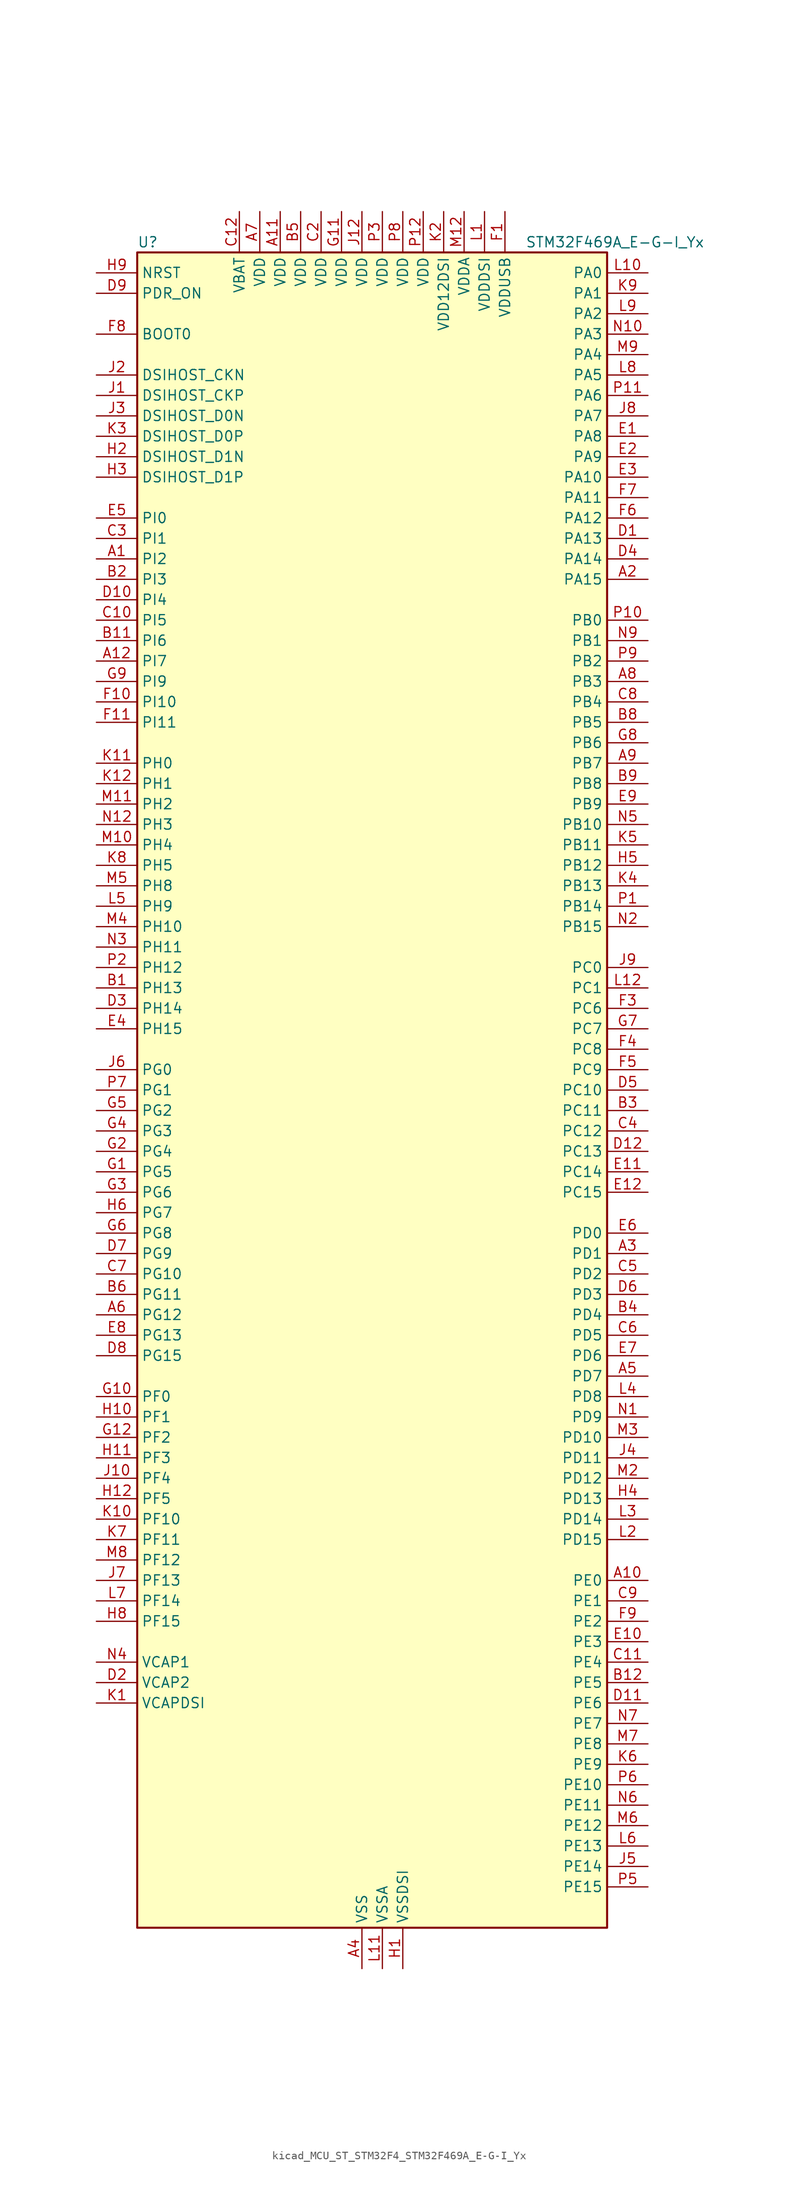
<source format=kicad_sym>
(kicad_symbol_lib
  (version 20220914)
  (generator kicad_symbol_editor)
  (symbol "kicad_MCU_ST_STM32F4_STM32F469A_E-G-I_Yx"
    (property "Reference" "U"
      (at -27.94 105.41 0)
      (effects (font (size 1.27 1.27)) (justify left)))
    (property "Value" "STM32F469A_E-G-I_Yx"
      (at 20.32 105.41 0)
      (effects (font (size 1.27 1.27)) (justify left)))
    (property "ki_locked" ""
      (at 0 0 0)
      (effects (font (size 1.27 1.27))))
    (symbol "kicad_MCU_ST_STM32F4_STM32F469A_E-G-I_Yx_0_1"
      (rectangle (start -27.94 -104.14) (end 30.48 104.14) (stroke (width 0.254) (type default)) (fill (type background))))
    (symbol "kicad_MCU_ST_STM32F4_STM32F469A_E-G-I_Yx_1_1"
      (pin bidirectional line (at -33.02 66.04 0) (length 5.08) (name "PI2" (effects (font (size 1.27 1.27)))) (number "A1" (effects (font (size 1.27 1.27)))) (alternate "DCMI_D9" bidirectional line) (alternate "FMC_D26" bidirectional line) (alternate "I2S2_ext_SD" bidirectional line) (alternate "LTDC_G7" bidirectional line) (alternate "SPI2_MISO" bidirectional line) (alternate "TIM8_CH4" bidirectional line))
      (pin bidirectional line (at 35.56 -60.96 180) (length 5.08) (name "PE0" (effects (font (size 1.27 1.27)))) (number "A10" (effects (font (size 1.27 1.27)))) (alternate "DCMI_D2" bidirectional line) (alternate "FMC_NBL0" bidirectional line) (alternate "TIM4_ETR" bidirectional line) (alternate "UART8_RX" bidirectional line))
      (pin power_in line (at -10.16 109.22 270) (length 5.08) (name "VDD" (effects (font (size 1.27 1.27)))) (number "A11" (effects (font (size 1.27 1.27)))))
      (pin bidirectional line (at -33.02 53.34 0) (length 5.08) (name "PI7" (effects (font (size 1.27 1.27)))) (number "A12" (effects (font (size 1.27 1.27)))) (alternate "DCMI_D7" bidirectional line) (alternate "FMC_D29" bidirectional line) (alternate "LTDC_B7" bidirectional line) (alternate "TIM8_CH3" bidirectional line))
      (pin bidirectional line (at 35.56 63.5 180) (length 5.08) (name "PA15" (effects (font (size 1.27 1.27)))) (number "A2" (effects (font (size 1.27 1.27)))) (alternate "ADC1_EXTI15" bidirectional line) (alternate "ADC2_EXTI15" bidirectional line) (alternate "ADC3_EXTI15" bidirectional line) (alternate "I2S3_WS" bidirectional line) (alternate "SPI1_NSS" bidirectional line) (alternate "SPI3_NSS" bidirectional line) (alternate "SYS_JTDI" bidirectional line) (alternate "TIM2_CH1" bidirectional line) (alternate "TIM2_ETR" bidirectional line))
      (pin bidirectional line (at 35.56 -20.32 180) (length 5.08) (name "PD1" (effects (font (size 1.27 1.27)))) (number "A3" (effects (font (size 1.27 1.27)))) (alternate "CAN1_TX" bidirectional line) (alternate "FMC_D3" bidirectional line) (alternate "FMC_DA3" bidirectional line))
      (pin power_in line (at 0 -109.22 90) (length 5.08) (name "VSS" (effects (font (size 1.27 1.27)))) (number "A4" (effects (font (size 1.27 1.27)))))
      (pin bidirectional line (at 35.56 -35.56 180) (length 5.08) (name "PD7" (effects (font (size 1.27 1.27)))) (number "A5" (effects (font (size 1.27 1.27)))) (alternate "FMC_NE1" bidirectional line) (alternate "USART2_CK" bidirectional line))
      (pin bidirectional line (at -33.02 -27.94 0) (length 5.08) (name "PG12" (effects (font (size 1.27 1.27)))) (number "A6" (effects (font (size 1.27 1.27)))) (alternate "FMC_NE4" bidirectional line) (alternate "LTDC_B1" bidirectional line) (alternate "LTDC_B4" bidirectional line) (alternate "SPI6_MISO" bidirectional line) (alternate "USART6_RTS" bidirectional line))
      (pin power_in line (at -12.7 109.22 270) (length 5.08) (name "VDD" (effects (font (size 1.27 1.27)))) (number "A7" (effects (font (size 1.27 1.27)))))
      (pin bidirectional line (at 35.56 50.8 180) (length 5.08) (name "PB3" (effects (font (size 1.27 1.27)))) (number "A8" (effects (font (size 1.27 1.27)))) (alternate "I2S3_CK" bidirectional line) (alternate "SPI1_SCK" bidirectional line) (alternate "SPI3_SCK" bidirectional line) (alternate "SYS_JTDO-SWO" bidirectional line) (alternate "TIM2_CH2" bidirectional line))
      (pin bidirectional line (at 35.56 40.64 180) (length 5.08) (name "PB7" (effects (font (size 1.27 1.27)))) (number "A9" (effects (font (size 1.27 1.27)))) (alternate "DCMI_VSYNC" bidirectional line) (alternate "FMC_NL" bidirectional line) (alternate "I2C1_SDA" bidirectional line) (alternate "TIM4_CH2" bidirectional line) (alternate "USART1_RX" bidirectional line))
      (pin bidirectional line (at -33.02 12.7 0) (length 5.08) (name "PH13" (effects (font (size 1.27 1.27)))) (number "B1" (effects (font (size 1.27 1.27)))) (alternate "CAN1_TX" bidirectional line) (alternate "FMC_D21" bidirectional line) (alternate "LTDC_G2" bidirectional line) (alternate "TIM8_CH1N" bidirectional line))
      (pin passive line (at 0 -109.22 90) (length 5.08) hide (name "VSS" (effects (font (size 1.27 1.27)))) (number "B10" (effects (font (size 1.27 1.27)))))
      (pin bidirectional line (at -33.02 55.88 0) (length 5.08) (name "PI6" (effects (font (size 1.27 1.27)))) (number "B11" (effects (font (size 1.27 1.27)))) (alternate "DCMI_D6" bidirectional line) (alternate "FMC_D28" bidirectional line) (alternate "LTDC_B6" bidirectional line) (alternate "TIM8_CH2" bidirectional line))
      (pin bidirectional line (at 35.56 -73.66 180) (length 5.08) (name "PE5" (effects (font (size 1.27 1.27)))) (number "B12" (effects (font (size 1.27 1.27)))) (alternate "DCMI_D6" bidirectional line) (alternate "FMC_A21" bidirectional line) (alternate "LTDC_G0" bidirectional line) (alternate "SAI1_SCK_A" bidirectional line) (alternate "SPI4_MISO" bidirectional line) (alternate "SYS_TRACED2" bidirectional line) (alternate "TIM9_CH1" bidirectional line))
      (pin bidirectional line (at -33.02 63.5 0) (length 5.08) (name "PI3" (effects (font (size 1.27 1.27)))) (number "B2" (effects (font (size 1.27 1.27)))) (alternate "DCMI_D10" bidirectional line) (alternate "FMC_D27" bidirectional line) (alternate "I2S2_SD" bidirectional line) (alternate "SPI2_MOSI" bidirectional line) (alternate "TIM8_ETR" bidirectional line))
      (pin bidirectional line (at 35.56 -2.54 180) (length 5.08) (name "PC11" (effects (font (size 1.27 1.27)))) (number "B3" (effects (font (size 1.27 1.27)))) (alternate "ADC1_EXTI11" bidirectional line) (alternate "ADC2_EXTI11" bidirectional line) (alternate "ADC3_EXTI11" bidirectional line) (alternate "DCMI_D4" bidirectional line) (alternate "I2S3_ext_SD" bidirectional line) (alternate "QUADSPI_BK2_NCS" bidirectional line) (alternate "SDIO_D3" bidirectional line) (alternate "SPI3_MISO" bidirectional line) (alternate "UART4_RX" bidirectional line) (alternate "USART3_RX" bidirectional line))
      (pin bidirectional line (at 35.56 -27.94 180) (length 5.08) (name "PD4" (effects (font (size 1.27 1.27)))) (number "B4" (effects (font (size 1.27 1.27)))) (alternate "FMC_NOE" bidirectional line) (alternate "USART2_RTS" bidirectional line))
      (pin power_in line (at -7.62 109.22 270) (length 5.08) (name "VDD" (effects (font (size 1.27 1.27)))) (number "B5" (effects (font (size 1.27 1.27)))))
      (pin bidirectional line (at -33.02 -25.4 0) (length 5.08) (name "PG11" (effects (font (size 1.27 1.27)))) (number "B6" (effects (font (size 1.27 1.27)))) (alternate "ADC1_EXTI11" bidirectional line) (alternate "ADC2_EXTI11" bidirectional line) (alternate "ADC3_EXTI11" bidirectional line) (alternate "DCMI_D3" bidirectional line) (alternate "LTDC_B3" bidirectional line))
      (pin passive line (at 0 -109.22 90) (length 5.08) hide (name "VSS" (effects (font (size 1.27 1.27)))) (number "B7" (effects (font (size 1.27 1.27)))))
      (pin bidirectional line (at 35.56 45.72 180) (length 5.08) (name "PB5" (effects (font (size 1.27 1.27)))) (number "B8" (effects (font (size 1.27 1.27)))) (alternate "CAN2_RX" bidirectional line) (alternate "DCMI_D10" bidirectional line) (alternate "FMC_SDCKE1" bidirectional line) (alternate "I2C1_SMBA" bidirectional line) (alternate "I2S3_SD" bidirectional line) (alternate "LTDC_G7" bidirectional line) (alternate "SPI1_MOSI" bidirectional line) (alternate "SPI3_MOSI" bidirectional line) (alternate "TIM3_CH2" bidirectional line) (alternate "USB_OTG_HS_ULPI_D7" bidirectional line))
      (pin bidirectional line (at 35.56 38.1 180) (length 5.08) (name "PB8" (effects (font (size 1.27 1.27)))) (number "B9" (effects (font (size 1.27 1.27)))) (alternate "CAN1_RX" bidirectional line) (alternate "DCMI_D6" bidirectional line) (alternate "I2C1_SCL" bidirectional line) (alternate "LTDC_B6" bidirectional line) (alternate "SDIO_D4" bidirectional line) (alternate "TIM10_CH1" bidirectional line) (alternate "TIM4_CH3" bidirectional line))
      (pin passive line (at 0 -109.22 90) (length 5.08) hide (name "VSS" (effects (font (size 1.27 1.27)))) (number "C1" (effects (font (size 1.27 1.27)))))
      (pin bidirectional line (at -33.02 58.42 0) (length 5.08) (name "PI5" (effects (font (size 1.27 1.27)))) (number "C10" (effects (font (size 1.27 1.27)))) (alternate "DCMI_VSYNC" bidirectional line) (alternate "FMC_NBL3" bidirectional line) (alternate "LTDC_B5" bidirectional line) (alternate "TIM8_CH1" bidirectional line))
      (pin bidirectional line (at 35.56 -71.12 180) (length 5.08) (name "PE4" (effects (font (size 1.27 1.27)))) (number "C11" (effects (font (size 1.27 1.27)))) (alternate "DCMI_D4" bidirectional line) (alternate "FMC_A20" bidirectional line) (alternate "LTDC_B0" bidirectional line) (alternate "SAI1_FS_A" bidirectional line) (alternate "SPI4_NSS" bidirectional line) (alternate "SYS_TRACED1" bidirectional line))
      (pin power_in line (at -15.24 109.22 270) (length 5.08) (name "VBAT" (effects (font (size 1.27 1.27)))) (number "C12" (effects (font (size 1.27 1.27)))))
      (pin power_in line (at -5.08 109.22 270) (length 5.08) (name "VDD" (effects (font (size 1.27 1.27)))) (number "C2" (effects (font (size 1.27 1.27)))))
      (pin bidirectional line (at -33.02 68.58 0) (length 5.08) (name "PI1" (effects (font (size 1.27 1.27)))) (number "C3" (effects (font (size 1.27 1.27)))) (alternate "DCMI_D8" bidirectional line) (alternate "FMC_D25" bidirectional line) (alternate "I2S2_CK" bidirectional line) (alternate "LTDC_G6" bidirectional line) (alternate "SPI2_SCK" bidirectional line))
      (pin bidirectional line (at 35.56 -5.08 180) (length 5.08) (name "PC12" (effects (font (size 1.27 1.27)))) (number "C4" (effects (font (size 1.27 1.27)))) (alternate "DCMI_D9" bidirectional line) (alternate "I2S3_SD" bidirectional line) (alternate "SDIO_CK" bidirectional line) (alternate "SPI3_MOSI" bidirectional line) (alternate "SYS_TRACED3" bidirectional line) (alternate "UART5_TX" bidirectional line) (alternate "USART3_CK" bidirectional line))
      (pin bidirectional line (at 35.56 -22.86 180) (length 5.08) (name "PD2" (effects (font (size 1.27 1.27)))) (number "C5" (effects (font (size 1.27 1.27)))) (alternate "DCMI_D11" bidirectional line) (alternate "SDIO_CMD" bidirectional line) (alternate "SYS_TRACED2" bidirectional line) (alternate "TIM3_ETR" bidirectional line) (alternate "UART5_RX" bidirectional line))
      (pin bidirectional line (at 35.56 -30.48 180) (length 5.08) (name "PD5" (effects (font (size 1.27 1.27)))) (number "C6" (effects (font (size 1.27 1.27)))) (alternate "FMC_NWE" bidirectional line) (alternate "USART2_TX" bidirectional line))
      (pin bidirectional line (at -33.02 -22.86 0) (length 5.08) (name "PG10" (effects (font (size 1.27 1.27)))) (number "C7" (effects (font (size 1.27 1.27)))) (alternate "DCMI_D2" bidirectional line) (alternate "FMC_NE3" bidirectional line) (alternate "LTDC_B2" bidirectional line) (alternate "LTDC_G3" bidirectional line))
      (pin bidirectional line (at 35.56 48.26 180) (length 5.08) (name "PB4" (effects (font (size 1.27 1.27)))) (number "C8" (effects (font (size 1.27 1.27)))) (alternate "I2S3_ext_SD" bidirectional line) (alternate "SPI1_MISO" bidirectional line) (alternate "SPI3_MISO" bidirectional line) (alternate "SYS_JTRST" bidirectional line) (alternate "TIM3_CH1" bidirectional line))
      (pin bidirectional line (at 35.56 -63.5 180) (length 5.08) (name "PE1" (effects (font (size 1.27 1.27)))) (number "C9" (effects (font (size 1.27 1.27)))) (alternate "DCMI_D3" bidirectional line) (alternate "FMC_NBL1" bidirectional line) (alternate "UART8_TX" bidirectional line))
      (pin bidirectional line (at 35.56 68.58 180) (length 5.08) (name "PA13" (effects (font (size 1.27 1.27)))) (number "D1" (effects (font (size 1.27 1.27)))) (alternate "SYS_JTMS-SWDIO" bidirectional line))
      (pin bidirectional line (at -33.02 60.96 0) (length 5.08) (name "PI4" (effects (font (size 1.27 1.27)))) (number "D10" (effects (font (size 1.27 1.27)))) (alternate "DCMI_D5" bidirectional line) (alternate "FMC_NBL2" bidirectional line) (alternate "LTDC_B4" bidirectional line) (alternate "TIM8_BKIN" bidirectional line))
      (pin bidirectional line (at 35.56 -76.2 180) (length 5.08) (name "PE6" (effects (font (size 1.27 1.27)))) (number "D11" (effects (font (size 1.27 1.27)))) (alternate "DCMI_D7" bidirectional line) (alternate "FMC_A22" bidirectional line) (alternate "LTDC_G1" bidirectional line) (alternate "SAI1_SD_A" bidirectional line) (alternate "SPI4_MOSI" bidirectional line) (alternate "SYS_TRACED3" bidirectional line) (alternate "TIM9_CH2" bidirectional line))
      (pin bidirectional line (at 35.56 -7.62 180) (length 5.08) (name "PC13" (effects (font (size 1.27 1.27)))) (number "D12" (effects (font (size 1.27 1.27)))) (alternate "RTC_AF1" bidirectional line))
      (pin power_out line (at -33.02 -73.66 0) (length 5.08) (name "VCAP2" (effects (font (size 1.27 1.27)))) (number "D2" (effects (font (size 1.27 1.27)))))
      (pin bidirectional line (at -33.02 10.16 0) (length 5.08) (name "PH14" (effects (font (size 1.27 1.27)))) (number "D3" (effects (font (size 1.27 1.27)))) (alternate "DCMI_D4" bidirectional line) (alternate "FMC_D22" bidirectional line) (alternate "LTDC_G3" bidirectional line) (alternate "TIM8_CH2N" bidirectional line))
      (pin bidirectional line (at 35.56 66.04 180) (length 5.08) (name "PA14" (effects (font (size 1.27 1.27)))) (number "D4" (effects (font (size 1.27 1.27)))) (alternate "SYS_JTCK-SWCLK" bidirectional line))
      (pin bidirectional line (at 35.56 0 180) (length 5.08) (name "PC10" (effects (font (size 1.27 1.27)))) (number "D5" (effects (font (size 1.27 1.27)))) (alternate "DCMI_D8" bidirectional line) (alternate "I2S3_CK" bidirectional line) (alternate "LTDC_R2" bidirectional line) (alternate "QUADSPI_BK1_IO1" bidirectional line) (alternate "SDIO_D2" bidirectional line) (alternate "SPI3_SCK" bidirectional line) (alternate "UART4_TX" bidirectional line) (alternate "USART3_TX" bidirectional line))
      (pin bidirectional line (at 35.56 -25.4 180) (length 5.08) (name "PD3" (effects (font (size 1.27 1.27)))) (number "D6" (effects (font (size 1.27 1.27)))) (alternate "DCMI_D5" bidirectional line) (alternate "FMC_CLK" bidirectional line) (alternate "I2S2_CK" bidirectional line) (alternate "LTDC_G7" bidirectional line) (alternate "SPI2_SCK" bidirectional line) (alternate "USART2_CTS" bidirectional line))
      (pin bidirectional line (at -33.02 -20.32 0) (length 5.08) (name "PG9" (effects (font (size 1.27 1.27)))) (number "D7" (effects (font (size 1.27 1.27)))) (alternate "DAC_EXTI9" bidirectional line) (alternate "DCMI_VSYNC" bidirectional line) (alternate "FMC_NCE" bidirectional line) (alternate "FMC_NE2" bidirectional line) (alternate "QUADSPI_BK2_IO2" bidirectional line) (alternate "USART6_RX" bidirectional line))
      (pin bidirectional line (at -33.02 -33.02 0) (length 5.08) (name "PG15" (effects (font (size 1.27 1.27)))) (number "D8" (effects (font (size 1.27 1.27)))) (alternate "ADC1_EXTI15" bidirectional line) (alternate "ADC2_EXTI15" bidirectional line) (alternate "ADC3_EXTI15" bidirectional line) (alternate "DCMI_D13" bidirectional line) (alternate "FMC_SDNCAS" bidirectional line) (alternate "USART6_CTS" bidirectional line))
      (pin input line (at -33.02 99.06 0) (length 5.08) (name "PDR_ON" (effects (font (size 1.27 1.27)))) (number "D9" (effects (font (size 1.27 1.27)))))
      (pin bidirectional line (at 35.56 81.28 180) (length 5.08) (name "PA8" (effects (font (size 1.27 1.27)))) (number "E1" (effects (font (size 1.27 1.27)))) (alternate "I2C3_SCL" bidirectional line) (alternate "LTDC_R6" bidirectional line) (alternate "RCC_MCO_1" bidirectional line) (alternate "TIM1_CH1" bidirectional line) (alternate "USART1_CK" bidirectional line) (alternate "USB_OTG_FS_SOF" bidirectional line))
      (pin bidirectional line (at 35.56 -68.58 180) (length 5.08) (name "PE3" (effects (font (size 1.27 1.27)))) (number "E10" (effects (font (size 1.27 1.27)))) (alternate "FMC_A19" bidirectional line) (alternate "SAI1_SD_B" bidirectional line) (alternate "SYS_TRACED0" bidirectional line))
      (pin bidirectional line (at 35.56 -10.16 180) (length 5.08) (name "PC14" (effects (font (size 1.27 1.27)))) (number "E11" (effects (font (size 1.27 1.27)))) (alternate "RCC_OSC32_IN" bidirectional line))
      (pin bidirectional line (at 35.56 -12.7 180) (length 5.08) (name "PC15" (effects (font (size 1.27 1.27)))) (number "E12" (effects (font (size 1.27 1.27)))) (alternate "ADC1_EXTI15" bidirectional line) (alternate "ADC2_EXTI15" bidirectional line) (alternate "ADC3_EXTI15" bidirectional line) (alternate "RCC_OSC32_OUT" bidirectional line))
      (pin bidirectional line (at 35.56 78.74 180) (length 5.08) (name "PA9" (effects (font (size 1.27 1.27)))) (number "E2" (effects (font (size 1.27 1.27)))) (alternate "DAC_EXTI9" bidirectional line) (alternate "DCMI_D0" bidirectional line) (alternate "I2C3_SMBA" bidirectional line) (alternate "I2S2_CK" bidirectional line) (alternate "SPI2_SCK" bidirectional line) (alternate "TIM1_CH2" bidirectional line) (alternate "USART1_TX" bidirectional line) (alternate "USB_OTG_FS_VBUS" bidirectional line))
      (pin bidirectional line (at 35.56 76.2 180) (length 5.08) (name "PA10" (effects (font (size 1.27 1.27)))) (number "E3" (effects (font (size 1.27 1.27)))) (alternate "DCMI_D1" bidirectional line) (alternate "TIM1_CH3" bidirectional line) (alternate "USART1_RX" bidirectional line) (alternate "USB_OTG_FS_ID" bidirectional line))
      (pin bidirectional line (at -33.02 7.62 0) (length 5.08) (name "PH15" (effects (font (size 1.27 1.27)))) (number "E4" (effects (font (size 1.27 1.27)))) (alternate "ADC1_EXTI15" bidirectional line) (alternate "ADC2_EXTI15" bidirectional line) (alternate "ADC3_EXTI15" bidirectional line) (alternate "DCMI_D11" bidirectional line) (alternate "FMC_D23" bidirectional line) (alternate "LTDC_G4" bidirectional line) (alternate "TIM8_CH3N" bidirectional line))
      (pin bidirectional line (at -33.02 71.12 0) (length 5.08) (name "PI0" (effects (font (size 1.27 1.27)))) (number "E5" (effects (font (size 1.27 1.27)))) (alternate "DCMI_D13" bidirectional line) (alternate "FMC_D24" bidirectional line) (alternate "I2S2_WS" bidirectional line) (alternate "LTDC_G5" bidirectional line) (alternate "SPI2_NSS" bidirectional line) (alternate "TIM5_CH4" bidirectional line))
      (pin bidirectional line (at 35.56 -17.78 180) (length 5.08) (name "PD0" (effects (font (size 1.27 1.27)))) (number "E6" (effects (font (size 1.27 1.27)))) (alternate "CAN1_RX" bidirectional line) (alternate "FMC_D2" bidirectional line) (alternate "FMC_DA2" bidirectional line))
      (pin bidirectional line (at 35.56 -33.02 180) (length 5.08) (name "PD6" (effects (font (size 1.27 1.27)))) (number "E7" (effects (font (size 1.27 1.27)))) (alternate "DCMI_D10" bidirectional line) (alternate "FMC_NWAIT" bidirectional line) (alternate "I2S3_SD" bidirectional line) (alternate "LTDC_B2" bidirectional line) (alternate "SAI1_SD_A" bidirectional line) (alternate "SPI3_MOSI" bidirectional line) (alternate "USART2_RX" bidirectional line))
      (pin bidirectional line (at -33.02 -30.48 0) (length 5.08) (name "PG13" (effects (font (size 1.27 1.27)))) (number "E8" (effects (font (size 1.27 1.27)))) (alternate "FMC_A24" bidirectional line) (alternate "LTDC_R0" bidirectional line) (alternate "SPI6_SCK" bidirectional line) (alternate "SYS_TRACED0" bidirectional line) (alternate "USART6_CTS" bidirectional line))
      (pin bidirectional line (at 35.56 35.56 180) (length 5.08) (name "PB9" (effects (font (size 1.27 1.27)))) (number "E9" (effects (font (size 1.27 1.27)))) (alternate "CAN1_TX" bidirectional line) (alternate "DAC_EXTI9" bidirectional line) (alternate "DCMI_D7" bidirectional line) (alternate "I2C1_SDA" bidirectional line) (alternate "I2S2_WS" bidirectional line) (alternate "LTDC_B7" bidirectional line) (alternate "SDIO_D5" bidirectional line) (alternate "SPI2_NSS" bidirectional line) (alternate "TIM11_CH1" bidirectional line) (alternate "TIM4_CH4" bidirectional line))
      (pin power_in line (at 17.78 109.22 270) (length 5.08) (name "VDDUSB" (effects (font (size 1.27 1.27)))) (number "F1" (effects (font (size 1.27 1.27)))))
      (pin bidirectional line (at -33.02 48.26 0) (length 5.08) (name "PI10" (effects (font (size 1.27 1.27)))) (number "F10" (effects (font (size 1.27 1.27)))) (alternate "FMC_D31" bidirectional line) (alternate "LTDC_HSYNC" bidirectional line))
      (pin bidirectional line (at -33.02 45.72 0) (length 5.08) (name "PI11" (effects (font (size 1.27 1.27)))) (number "F11" (effects (font (size 1.27 1.27)))) (alternate "ADC1_EXTI11" bidirectional line) (alternate "ADC2_EXTI11" bidirectional line) (alternate "ADC3_EXTI11" bidirectional line) (alternate "LTDC_G6" bidirectional line) (alternate "USB_OTG_HS_ULPI_DIR" bidirectional line))
      (pin passive line (at 0 -109.22 90) (length 5.08) hide (name "VSS" (effects (font (size 1.27 1.27)))) (number "F12" (effects (font (size 1.27 1.27)))))
      (pin passive line (at 0 -109.22 90) (length 5.08) hide (name "VSS" (effects (font (size 1.27 1.27)))) (number "F2" (effects (font (size 1.27 1.27)))))
      (pin bidirectional line (at 35.56 10.16 180) (length 5.08) (name "PC6" (effects (font (size 1.27 1.27)))) (number "F3" (effects (font (size 1.27 1.27)))) (alternate "DCMI_D0" bidirectional line) (alternate "I2S2_MCK" bidirectional line) (alternate "LTDC_HSYNC" bidirectional line) (alternate "SDIO_D6" bidirectional line) (alternate "TIM3_CH1" bidirectional line) (alternate "TIM8_CH1" bidirectional line) (alternate "USART6_TX" bidirectional line))
      (pin bidirectional line (at 35.56 5.08 180) (length 5.08) (name "PC8" (effects (font (size 1.27 1.27)))) (number "F4" (effects (font (size 1.27 1.27)))) (alternate "DCMI_D2" bidirectional line) (alternate "SDIO_D0" bidirectional line) (alternate "SYS_TRACED1" bidirectional line) (alternate "TIM3_CH3" bidirectional line) (alternate "TIM8_CH3" bidirectional line) (alternate "USART6_CK" bidirectional line))
      (pin bidirectional line (at 35.56 2.54 180) (length 5.08) (name "PC9" (effects (font (size 1.27 1.27)))) (number "F5" (effects (font (size 1.27 1.27)))) (alternate "DAC_EXTI9" bidirectional line) (alternate "DCMI_D3" bidirectional line) (alternate "I2C3_SDA" bidirectional line) (alternate "I2S_CKIN" bidirectional line) (alternate "QUADSPI_BK1_IO0" bidirectional line) (alternate "RCC_MCO_2" bidirectional line) (alternate "SDIO_D1" bidirectional line) (alternate "TIM3_CH4" bidirectional line) (alternate "TIM8_CH4" bidirectional line))
      (pin bidirectional line (at 35.56 71.12 180) (length 5.08) (name "PA12" (effects (font (size 1.27 1.27)))) (number "F6" (effects (font (size 1.27 1.27)))) (alternate "CAN1_TX" bidirectional line) (alternate "LTDC_R5" bidirectional line) (alternate "TIM1_ETR" bidirectional line) (alternate "USART1_RTS" bidirectional line) (alternate "USB_OTG_FS_DP" bidirectional line))
      (pin bidirectional line (at 35.56 73.66 180) (length 5.08) (name "PA11" (effects (font (size 1.27 1.27)))) (number "F7" (effects (font (size 1.27 1.27)))) (alternate "ADC1_EXTI11" bidirectional line) (alternate "ADC2_EXTI11" bidirectional line) (alternate "ADC3_EXTI11" bidirectional line) (alternate "CAN1_RX" bidirectional line) (alternate "LTDC_R4" bidirectional line) (alternate "TIM1_CH4" bidirectional line) (alternate "USART1_CTS" bidirectional line) (alternate "USB_OTG_FS_DM" bidirectional line))
      (pin input line (at -33.02 93.98 0) (length 5.08) (name "BOOT0" (effects (font (size 1.27 1.27)))) (number "F8" (effects (font (size 1.27 1.27)))))
      (pin bidirectional line (at 35.56 -66.04 180) (length 5.08) (name "PE2" (effects (font (size 1.27 1.27)))) (number "F9" (effects (font (size 1.27 1.27)))) (alternate "FMC_A23" bidirectional line) (alternate "QUADSPI_BK1_IO2" bidirectional line) (alternate "SAI1_MCLK_A" bidirectional line) (alternate "SPI4_SCK" bidirectional line) (alternate "SYS_TRACECLK" bidirectional line))
      (pin bidirectional line (at -33.02 -10.16 0) (length 5.08) (name "PG5" (effects (font (size 1.27 1.27)))) (number "G1" (effects (font (size 1.27 1.27)))) (alternate "FMC_A15" bidirectional line) (alternate "FMC_BA1" bidirectional line))
      (pin bidirectional line (at -33.02 -38.1 0) (length 5.08) (name "PF0" (effects (font (size 1.27 1.27)))) (number "G10" (effects (font (size 1.27 1.27)))) (alternate "FMC_A0" bidirectional line) (alternate "I2C2_SDA" bidirectional line))
      (pin power_in line (at -2.54 109.22 270) (length 5.08) (name "VDD" (effects (font (size 1.27 1.27)))) (number "G11" (effects (font (size 1.27 1.27)))))
      (pin bidirectional line (at -33.02 -43.18 0) (length 5.08) (name "PF2" (effects (font (size 1.27 1.27)))) (number "G12" (effects (font (size 1.27 1.27)))) (alternate "FMC_A2" bidirectional line) (alternate "I2C2_SMBA" bidirectional line))
      (pin bidirectional line (at -33.02 -7.62 0) (length 5.08) (name "PG4" (effects (font (size 1.27 1.27)))) (number "G2" (effects (font (size 1.27 1.27)))) (alternate "FMC_A14" bidirectional line) (alternate "FMC_BA0" bidirectional line))
      (pin bidirectional line (at -33.02 -12.7 0) (length 5.08) (name "PG6" (effects (font (size 1.27 1.27)))) (number "G3" (effects (font (size 1.27 1.27)))) (alternate "DCMI_D12" bidirectional line) (alternate "LTDC_R7" bidirectional line))
      (pin bidirectional line (at -33.02 -5.08 0) (length 5.08) (name "PG3" (effects (font (size 1.27 1.27)))) (number "G4" (effects (font (size 1.27 1.27)))) (alternate "FMC_A13" bidirectional line))
      (pin bidirectional line (at -33.02 -2.54 0) (length 5.08) (name "PG2" (effects (font (size 1.27 1.27)))) (number "G5" (effects (font (size 1.27 1.27)))) (alternate "FMC_A12" bidirectional line))
      (pin bidirectional line (at -33.02 -17.78 0) (length 5.08) (name "PG8" (effects (font (size 1.27 1.27)))) (number "G6" (effects (font (size 1.27 1.27)))) (alternate "FMC_SDCLK" bidirectional line) (alternate "LTDC_G7" bidirectional line) (alternate "SPI6_NSS" bidirectional line) (alternate "USART6_RTS" bidirectional line))
      (pin bidirectional line (at 35.56 7.62 180) (length 5.08) (name "PC7" (effects (font (size 1.27 1.27)))) (number "G7" (effects (font (size 1.27 1.27)))) (alternate "DCMI_D1" bidirectional line) (alternate "I2S3_MCK" bidirectional line) (alternate "LTDC_G6" bidirectional line) (alternate "SDIO_D7" bidirectional line) (alternate "TIM3_CH2" bidirectional line) (alternate "TIM8_CH2" bidirectional line) (alternate "USART6_RX" bidirectional line))
      (pin bidirectional line (at 35.56 43.18 180) (length 5.08) (name "PB6" (effects (font (size 1.27 1.27)))) (number "G8" (effects (font (size 1.27 1.27)))) (alternate "CAN2_TX" bidirectional line) (alternate "DCMI_D5" bidirectional line) (alternate "FMC_SDNE1" bidirectional line) (alternate "I2C1_SCL" bidirectional line) (alternate "QUADSPI_BK1_NCS" bidirectional line) (alternate "TIM4_CH1" bidirectional line) (alternate "USART1_TX" bidirectional line))
      (pin bidirectional line (at -33.02 50.8 0) (length 5.08) (name "PI9" (effects (font (size 1.27 1.27)))) (number "G9" (effects (font (size 1.27 1.27)))) (alternate "CAN1_RX" bidirectional line) (alternate "DAC_EXTI9" bidirectional line) (alternate "FMC_D30" bidirectional line) (alternate "LTDC_VSYNC" bidirectional line))
      (pin power_in line (at 5.08 -109.22 90) (length 5.08) (name "VSSDSI" (effects (font (size 1.27 1.27)))) (number "H1" (effects (font (size 1.27 1.27)))))
      (pin bidirectional line (at -33.02 -40.64 0) (length 5.08) (name "PF1" (effects (font (size 1.27 1.27)))) (number "H10" (effects (font (size 1.27 1.27)))) (alternate "FMC_A1" bidirectional line) (alternate "I2C2_SCL" bidirectional line))
      (pin bidirectional line (at -33.02 -45.72 0) (length 5.08) (name "PF3" (effects (font (size 1.27 1.27)))) (number "H11" (effects (font (size 1.27 1.27)))) (alternate "ADC3_IN9" bidirectional line) (alternate "FMC_A3" bidirectional line))
      (pin bidirectional line (at -33.02 -50.8 0) (length 5.08) (name "PF5" (effects (font (size 1.27 1.27)))) (number "H12" (effects (font (size 1.27 1.27)))) (alternate "ADC3_IN15" bidirectional line) (alternate "FMC_A5" bidirectional line))
      (pin bidirectional line (at -33.02 78.74 0) (length 5.08) (name "DSIHOST_D1N" (effects (font (size 1.27 1.27)))) (number "H2" (effects (font (size 1.27 1.27)))) (alternate "DSIHOST_D1N" bidirectional line))
      (pin bidirectional line (at -33.02 76.2 0) (length 5.08) (name "DSIHOST_D1P" (effects (font (size 1.27 1.27)))) (number "H3" (effects (font (size 1.27 1.27)))) (alternate "DSIHOST_D1P" bidirectional line))
      (pin bidirectional line (at 35.56 -50.8 180) (length 5.08) (name "PD13" (effects (font (size 1.27 1.27)))) (number "H4" (effects (font (size 1.27 1.27)))) (alternate "FMC_A18" bidirectional line) (alternate "QUADSPI_BK1_IO3" bidirectional line) (alternate "TIM4_CH2" bidirectional line))
      (pin bidirectional line (at 35.56 27.94 180) (length 5.08) (name "PB12" (effects (font (size 1.27 1.27)))) (number "H5" (effects (font (size 1.27 1.27)))) (alternate "CAN2_RX" bidirectional line) (alternate "I2C2_SMBA" bidirectional line) (alternate "I2S2_WS" bidirectional line) (alternate "SPI2_NSS" bidirectional line) (alternate "TIM1_BKIN" bidirectional line) (alternate "USART3_CK" bidirectional line) (alternate "USB_OTG_HS_ID" bidirectional line) (alternate "USB_OTG_HS_ULPI_D5" bidirectional line))
      (pin bidirectional line (at -33.02 -15.24 0) (length 5.08) (name "PG7" (effects (font (size 1.27 1.27)))) (number "H6" (effects (font (size 1.27 1.27)))) (alternate "DCMI_D13" bidirectional line) (alternate "FMC_INT" bidirectional line) (alternate "LTDC_CLK" bidirectional line) (alternate "SAI1_MCLK_A" bidirectional line) (alternate "USART6_CK" bidirectional line))
      (pin passive line (at 0 -109.22 90) (length 5.08) hide (name "VSS" (effects (font (size 1.27 1.27)))) (number "H7" (effects (font (size 1.27 1.27)))))
      (pin bidirectional line (at -33.02 -66.04 0) (length 5.08) (name "PF15" (effects (font (size 1.27 1.27)))) (number "H8" (effects (font (size 1.27 1.27)))) (alternate "ADC1_EXTI15" bidirectional line) (alternate "ADC2_EXTI15" bidirectional line) (alternate "ADC3_EXTI15" bidirectional line) (alternate "FMC_A9" bidirectional line))
      (pin input line (at -33.02 101.6 0) (length 5.08) (name "NRST" (effects (font (size 1.27 1.27)))) (number "H9" (effects (font (size 1.27 1.27)))))
      (pin bidirectional line (at -33.02 86.36 0) (length 5.08) (name "DSIHOST_CKP" (effects (font (size 1.27 1.27)))) (number "J1" (effects (font (size 1.27 1.27)))) (alternate "DSIHOST_CKP" bidirectional line))
      (pin bidirectional line (at -33.02 -48.26 0) (length 5.08) (name "PF4" (effects (font (size 1.27 1.27)))) (number "J10" (effects (font (size 1.27 1.27)))) (alternate "ADC3_IN14" bidirectional line) (alternate "FMC_A4" bidirectional line))
      (pin passive line (at 0 -109.22 90) (length 5.08) hide (name "VSS" (effects (font (size 1.27 1.27)))) (number "J11" (effects (font (size 1.27 1.27)))))
      (pin power_in line (at 0 109.22 270) (length 5.08) (name "VDD" (effects (font (size 1.27 1.27)))) (number "J12" (effects (font (size 1.27 1.27)))))
      (pin bidirectional line (at -33.02 88.9 0) (length 5.08) (name "DSIHOST_CKN" (effects (font (size 1.27 1.27)))) (number "J2" (effects (font (size 1.27 1.27)))) (alternate "DSIHOST_CKN" bidirectional line))
      (pin bidirectional line (at -33.02 83.82 0) (length 5.08) (name "DSIHOST_D0N" (effects (font (size 1.27 1.27)))) (number "J3" (effects (font (size 1.27 1.27)))) (alternate "DSIHOST_D0N" bidirectional line))
      (pin bidirectional line (at 35.56 -45.72 180) (length 5.08) (name "PD11" (effects (font (size 1.27 1.27)))) (number "J4" (effects (font (size 1.27 1.27)))) (alternate "ADC1_EXTI11" bidirectional line) (alternate "ADC2_EXTI11" bidirectional line) (alternate "ADC3_EXTI11" bidirectional line) (alternate "FMC_A16" bidirectional line) (alternate "FMC_CLE" bidirectional line) (alternate "QUADSPI_BK1_IO0" bidirectional line) (alternate "USART3_CTS" bidirectional line))
      (pin bidirectional line (at 35.56 -96.52 180) (length 5.08) (name "PE14" (effects (font (size 1.27 1.27)))) (number "J5" (effects (font (size 1.27 1.27)))) (alternate "FMC_D11" bidirectional line) (alternate "FMC_DA11" bidirectional line) (alternate "LTDC_CLK" bidirectional line) (alternate "SPI4_MOSI" bidirectional line) (alternate "TIM1_CH4" bidirectional line))
      (pin bidirectional line (at -33.02 2.54 0) (length 5.08) (name "PG0" (effects (font (size 1.27 1.27)))) (number "J6" (effects (font (size 1.27 1.27)))) (alternate "FMC_A10" bidirectional line))
      (pin bidirectional line (at -33.02 -60.96 0) (length 5.08) (name "PF13" (effects (font (size 1.27 1.27)))) (number "J7" (effects (font (size 1.27 1.27)))) (alternate "FMC_A7" bidirectional line))
      (pin bidirectional line (at 35.56 83.82 180) (length 5.08) (name "PA7" (effects (font (size 1.27 1.27)))) (number "J8" (effects (font (size 1.27 1.27)))) (alternate "ADC1_IN7" bidirectional line) (alternate "ADC2_IN7" bidirectional line) (alternate "FMC_SDNWE" bidirectional line) (alternate "QUADSPI_CLK" bidirectional line) (alternate "SPI1_MOSI" bidirectional line) (alternate "TIM14_CH1" bidirectional line) (alternate "TIM1_CH1N" bidirectional line) (alternate "TIM3_CH2" bidirectional line) (alternate "TIM8_CH1N" bidirectional line))
      (pin bidirectional line (at 35.56 15.24 180) (length 5.08) (name "PC0" (effects (font (size 1.27 1.27)))) (number "J9" (effects (font (size 1.27 1.27)))) (alternate "ADC1_IN10" bidirectional line) (alternate "ADC2_IN10" bidirectional line) (alternate "ADC3_IN10" bidirectional line) (alternate "FMC_SDNWE" bidirectional line) (alternate "LTDC_R5" bidirectional line) (alternate "USB_OTG_HS_ULPI_STP" bidirectional line))
      (pin power_out line (at -33.02 -76.2 0) (length 5.08) (name "VCAPDSI" (effects (font (size 1.27 1.27)))) (number "K1" (effects (font (size 1.27 1.27)))))
      (pin bidirectional line (at -33.02 -53.34 0) (length 5.08) (name "PF10" (effects (font (size 1.27 1.27)))) (number "K10" (effects (font (size 1.27 1.27)))) (alternate "ADC3_IN8" bidirectional line) (alternate "DCMI_D11" bidirectional line) (alternate "LTDC_DE" bidirectional line) (alternate "QUADSPI_CLK" bidirectional line))
      (pin bidirectional line (at -33.02 40.64 0) (length 5.08) (name "PH0" (effects (font (size 1.27 1.27)))) (number "K11" (effects (font (size 1.27 1.27)))) (alternate "RCC_OSC_IN" bidirectional line))
      (pin bidirectional line (at -33.02 38.1 0) (length 5.08) (name "PH1" (effects (font (size 1.27 1.27)))) (number "K12" (effects (font (size 1.27 1.27)))) (alternate "RCC_OSC_OUT" bidirectional line))
      (pin power_in line (at 10.16 109.22 270) (length 5.08) (name "VDD12DSI" (effects (font (size 1.27 1.27)))) (number "K2" (effects (font (size 1.27 1.27)))))
      (pin bidirectional line (at -33.02 81.28 0) (length 5.08) (name "DSIHOST_D0P" (effects (font (size 1.27 1.27)))) (number "K3" (effects (font (size 1.27 1.27)))) (alternate "DSIHOST_D0P" bidirectional line))
      (pin bidirectional line (at 35.56 25.4 180) (length 5.08) (name "PB13" (effects (font (size 1.27 1.27)))) (number "K4" (effects (font (size 1.27 1.27)))) (alternate "CAN2_TX" bidirectional line) (alternate "I2S2_CK" bidirectional line) (alternate "SPI2_SCK" bidirectional line) (alternate "TIM1_CH1N" bidirectional line) (alternate "USART3_CTS" bidirectional line) (alternate "USB_OTG_HS_ULPI_D6" bidirectional line) (alternate "USB_OTG_HS_VBUS" bidirectional line))
      (pin bidirectional line (at 35.56 30.48 180) (length 5.08) (name "PB11" (effects (font (size 1.27 1.27)))) (number "K5" (effects (font (size 1.27 1.27)))) (alternate "ADC1_EXTI11" bidirectional line) (alternate "ADC2_EXTI11" bidirectional line) (alternate "ADC3_EXTI11" bidirectional line) (alternate "DSIHOST_TE" bidirectional line) (alternate "I2C2_SDA" bidirectional line) (alternate "LTDC_G5" bidirectional line) (alternate "TIM2_CH4" bidirectional line) (alternate "USART3_RX" bidirectional line) (alternate "USB_OTG_HS_ULPI_D4" bidirectional line))
      (pin bidirectional line (at 35.56 -83.82 180) (length 5.08) (name "PE9" (effects (font (size 1.27 1.27)))) (number "K6" (effects (font (size 1.27 1.27)))) (alternate "DAC_EXTI9" bidirectional line) (alternate "FMC_D6" bidirectional line) (alternate "FMC_DA6" bidirectional line) (alternate "QUADSPI_BK2_IO2" bidirectional line) (alternate "TIM1_CH1" bidirectional line))
      (pin bidirectional line (at -33.02 -55.88 0) (length 5.08) (name "PF11" (effects (font (size 1.27 1.27)))) (number "K7" (effects (font (size 1.27 1.27)))) (alternate "ADC1_EXTI11" bidirectional line) (alternate "ADC2_EXTI11" bidirectional line) (alternate "ADC3_EXTI11" bidirectional line) (alternate "DCMI_D12" bidirectional line) (alternate "FMC_SDNRAS" bidirectional line))
      (pin bidirectional line (at -33.02 27.94 0) (length 5.08) (name "PH5" (effects (font (size 1.27 1.27)))) (number "K8" (effects (font (size 1.27 1.27)))) (alternate "FMC_SDNWE" bidirectional line) (alternate "I2C2_SDA" bidirectional line))
      (pin bidirectional line (at 35.56 99.06 180) (length 5.08) (name "PA1" (effects (font (size 1.27 1.27)))) (number "K9" (effects (font (size 1.27 1.27)))) (alternate "ADC1_IN1" bidirectional line) (alternate "ADC2_IN1" bidirectional line) (alternate "ADC3_IN1" bidirectional line) (alternate "LTDC_R2" bidirectional line) (alternate "QUADSPI_BK1_IO3" bidirectional line) (alternate "TIM2_CH2" bidirectional line) (alternate "TIM5_CH2" bidirectional line) (alternate "UART4_RX" bidirectional line) (alternate "USART2_RTS" bidirectional line))
      (pin power_in line (at 15.24 109.22 270) (length 5.08) (name "VDDDSI" (effects (font (size 1.27 1.27)))) (number "L1" (effects (font (size 1.27 1.27)))))
      (pin bidirectional line (at 35.56 101.6 180) (length 5.08) (name "PA0" (effects (font (size 1.27 1.27)))) (number "L10" (effects (font (size 1.27 1.27)))) (alternate "ADC1_IN0" bidirectional line) (alternate "ADC2_IN0" bidirectional line) (alternate "ADC3_IN0" bidirectional line) (alternate "SYS_WKUP" bidirectional line) (alternate "TIM2_CH1" bidirectional line) (alternate "TIM2_ETR" bidirectional line) (alternate "TIM5_CH1" bidirectional line) (alternate "TIM8_ETR" bidirectional line) (alternate "UART4_TX" bidirectional line) (alternate "USART2_CTS" bidirectional line))
      (pin power_in line (at 2.54 -109.22 90) (length 5.08) (name "VSSA" (effects (font (size 1.27 1.27)))) (number "L11" (effects (font (size 1.27 1.27)))))
      (pin bidirectional line (at 35.56 12.7 180) (length 5.08) (name "PC1" (effects (font (size 1.27 1.27)))) (number "L12" (effects (font (size 1.27 1.27)))) (alternate "ADC1_IN11" bidirectional line) (alternate "ADC2_IN11" bidirectional line) (alternate "ADC3_IN11" bidirectional line) (alternate "I2S2_SD" bidirectional line) (alternate "SAI1_SD_A" bidirectional line) (alternate "SPI2_MOSI" bidirectional line) (alternate "SYS_TRACED0" bidirectional line))
      (pin bidirectional line (at 35.56 -55.88 180) (length 5.08) (name "PD15" (effects (font (size 1.27 1.27)))) (number "L2" (effects (font (size 1.27 1.27)))) (alternate "ADC1_EXTI15" bidirectional line) (alternate "ADC2_EXTI15" bidirectional line) (alternate "ADC3_EXTI15" bidirectional line) (alternate "FMC_D1" bidirectional line) (alternate "FMC_DA1" bidirectional line) (alternate "TIM4_CH4" bidirectional line))
      (pin bidirectional line (at 35.56 -53.34 180) (length 5.08) (name "PD14" (effects (font (size 1.27 1.27)))) (number "L3" (effects (font (size 1.27 1.27)))) (alternate "FMC_D0" bidirectional line) (alternate "FMC_DA0" bidirectional line) (alternate "TIM4_CH3" bidirectional line))
      (pin bidirectional line (at 35.56 -38.1 180) (length 5.08) (name "PD8" (effects (font (size 1.27 1.27)))) (number "L4" (effects (font (size 1.27 1.27)))) (alternate "FMC_D13" bidirectional line) (alternate "FMC_DA13" bidirectional line) (alternate "USART3_TX" bidirectional line))
      (pin bidirectional line (at -33.02 22.86 0) (length 5.08) (name "PH9" (effects (font (size 1.27 1.27)))) (number "L5" (effects (font (size 1.27 1.27)))) (alternate "DAC_EXTI9" bidirectional line) (alternate "DCMI_D0" bidirectional line) (alternate "FMC_D17" bidirectional line) (alternate "I2C3_SMBA" bidirectional line) (alternate "LTDC_R3" bidirectional line) (alternate "TIM12_CH2" bidirectional line))
      (pin bidirectional line (at 35.56 -93.98 180) (length 5.08) (name "PE13" (effects (font (size 1.27 1.27)))) (number "L6" (effects (font (size 1.27 1.27)))) (alternate "FMC_D10" bidirectional line) (alternate "FMC_DA10" bidirectional line) (alternate "LTDC_DE" bidirectional line) (alternate "SPI4_MISO" bidirectional line) (alternate "TIM1_CH3" bidirectional line))
      (pin bidirectional line (at -33.02 -63.5 0) (length 5.08) (name "PF14" (effects (font (size 1.27 1.27)))) (number "L7" (effects (font (size 1.27 1.27)))) (alternate "FMC_A8" bidirectional line))
      (pin bidirectional line (at 35.56 88.9 180) (length 5.08) (name "PA5" (effects (font (size 1.27 1.27)))) (number "L8" (effects (font (size 1.27 1.27)))) (alternate "ADC1_IN5" bidirectional line) (alternate "ADC2_IN5" bidirectional line) (alternate "DAC_OUT2" bidirectional line) (alternate "LTDC_R4" bidirectional line) (alternate "SPI1_SCK" bidirectional line) (alternate "TIM2_CH1" bidirectional line) (alternate "TIM2_ETR" bidirectional line) (alternate "TIM8_CH1N" bidirectional line) (alternate "USB_OTG_HS_ULPI_CK" bidirectional line))
      (pin bidirectional line (at 35.56 96.52 180) (length 5.08) (name "PA2" (effects (font (size 1.27 1.27)))) (number "L9" (effects (font (size 1.27 1.27)))) (alternate "ADC1_IN2" bidirectional line) (alternate "ADC2_IN2" bidirectional line) (alternate "ADC3_IN2" bidirectional line) (alternate "LTDC_R1" bidirectional line) (alternate "TIM2_CH3" bidirectional line) (alternate "TIM5_CH3" bidirectional line) (alternate "TIM9_CH1" bidirectional line) (alternate "USART2_TX" bidirectional line))
      (pin passive line (at 0 -109.22 90) (length 5.08) hide (name "VSS" (effects (font (size 1.27 1.27)))) (number "M1" (effects (font (size 1.27 1.27)))))
      (pin bidirectional line (at -33.02 30.48 0) (length 5.08) (name "PH4" (effects (font (size 1.27 1.27)))) (number "M10" (effects (font (size 1.27 1.27)))) (alternate "I2C2_SCL" bidirectional line) (alternate "LTDC_G4" bidirectional line) (alternate "LTDC_G5" bidirectional line) (alternate "USB_OTG_HS_ULPI_NXT" bidirectional line))
      (pin bidirectional line (at -33.02 35.56 0) (length 5.08) (name "PH2" (effects (font (size 1.27 1.27)))) (number "M11" (effects (font (size 1.27 1.27)))) (alternate "FMC_SDCKE0" bidirectional line) (alternate "LTDC_R0" bidirectional line) (alternate "QUADSPI_BK2_IO0" bidirectional line))
      (pin power_in line (at 12.7 109.22 270) (length 5.08) (name "VDDA" (effects (font (size 1.27 1.27)))) (number "M12" (effects (font (size 1.27 1.27)))))
      (pin bidirectional line (at 35.56 -48.26 180) (length 5.08) (name "PD12" (effects (font (size 1.27 1.27)))) (number "M2" (effects (font (size 1.27 1.27)))) (alternate "FMC_A17" bidirectional line) (alternate "FMC_ALE" bidirectional line) (alternate "QUADSPI_BK1_IO1" bidirectional line) (alternate "TIM4_CH1" bidirectional line) (alternate "USART3_RTS" bidirectional line))
      (pin bidirectional line (at 35.56 -43.18 180) (length 5.08) (name "PD10" (effects (font (size 1.27 1.27)))) (number "M3" (effects (font (size 1.27 1.27)))) (alternate "FMC_D15" bidirectional line) (alternate "FMC_DA15" bidirectional line) (alternate "LTDC_B3" bidirectional line) (alternate "USART3_CK" bidirectional line))
      (pin bidirectional line (at -33.02 20.32 0) (length 5.08) (name "PH10" (effects (font (size 1.27 1.27)))) (number "M4" (effects (font (size 1.27 1.27)))) (alternate "DCMI_D1" bidirectional line) (alternate "FMC_D18" bidirectional line) (alternate "LTDC_R4" bidirectional line) (alternate "TIM5_CH1" bidirectional line))
      (pin bidirectional line (at -33.02 25.4 0) (length 5.08) (name "PH8" (effects (font (size 1.27 1.27)))) (number "M5" (effects (font (size 1.27 1.27)))) (alternate "DCMI_HSYNC" bidirectional line) (alternate "FMC_D16" bidirectional line) (alternate "I2C3_SDA" bidirectional line) (alternate "LTDC_R2" bidirectional line))
      (pin bidirectional line (at 35.56 -91.44 180) (length 5.08) (name "PE12" (effects (font (size 1.27 1.27)))) (number "M6" (effects (font (size 1.27 1.27)))) (alternate "FMC_D9" bidirectional line) (alternate "FMC_DA9" bidirectional line) (alternate "LTDC_B4" bidirectional line) (alternate "SPI4_SCK" bidirectional line) (alternate "TIM1_CH3N" bidirectional line))
      (pin bidirectional line (at 35.56 -81.28 180) (length 5.08) (name "PE8" (effects (font (size 1.27 1.27)))) (number "M7" (effects (font (size 1.27 1.27)))) (alternate "FMC_D5" bidirectional line) (alternate "FMC_DA5" bidirectional line) (alternate "QUADSPI_BK2_IO1" bidirectional line) (alternate "TIM1_CH1N" bidirectional line) (alternate "UART7_TX" bidirectional line))
      (pin bidirectional line (at -33.02 -58.42 0) (length 5.08) (name "PF12" (effects (font (size 1.27 1.27)))) (number "M8" (effects (font (size 1.27 1.27)))) (alternate "FMC_A6" bidirectional line))
      (pin bidirectional line (at 35.56 91.44 180) (length 5.08) (name "PA4" (effects (font (size 1.27 1.27)))) (number "M9" (effects (font (size 1.27 1.27)))) (alternate "ADC1_IN4" bidirectional line) (alternate "ADC2_IN4" bidirectional line) (alternate "DAC_OUT1" bidirectional line) (alternate "DCMI_HSYNC" bidirectional line) (alternate "I2S3_WS" bidirectional line) (alternate "LTDC_VSYNC" bidirectional line) (alternate "SPI1_NSS" bidirectional line) (alternate "SPI3_NSS" bidirectional line) (alternate "USART2_CK" bidirectional line) (alternate "USB_OTG_HS_SOF" bidirectional line))
      (pin bidirectional line (at 35.56 -40.64 180) (length 5.08) (name "PD9" (effects (font (size 1.27 1.27)))) (number "N1" (effects (font (size 1.27 1.27)))) (alternate "DAC_EXTI9" bidirectional line) (alternate "FMC_D14" bidirectional line) (alternate "FMC_DA14" bidirectional line) (alternate "USART3_RX" bidirectional line))
      (pin bidirectional line (at 35.56 93.98 180) (length 5.08) (name "PA3" (effects (font (size 1.27 1.27)))) (number "N10" (effects (font (size 1.27 1.27)))) (alternate "ADC1_IN3" bidirectional line) (alternate "ADC2_IN3" bidirectional line) (alternate "ADC3_IN3" bidirectional line) (alternate "LTDC_B2" bidirectional line) (alternate "LTDC_B5" bidirectional line) (alternate "TIM2_CH4" bidirectional line) (alternate "TIM5_CH4" bidirectional line) (alternate "TIM9_CH2" bidirectional line) (alternate "USART2_RX" bidirectional line) (alternate "USB_OTG_HS_ULPI_D0" bidirectional line))
      (pin passive line (at 0 -109.22 90) (length 5.08) hide (name "VSS" (effects (font (size 1.27 1.27)))) (number "N11" (effects (font (size 1.27 1.27)))))
      (pin bidirectional line (at -33.02 33.02 0) (length 5.08) (name "PH3" (effects (font (size 1.27 1.27)))) (number "N12" (effects (font (size 1.27 1.27)))) (alternate "FMC_SDNE0" bidirectional line) (alternate "LTDC_R1" bidirectional line) (alternate "QUADSPI_BK2_IO1" bidirectional line))
      (pin bidirectional line (at 35.56 20.32 180) (length 5.08) (name "PB15" (effects (font (size 1.27 1.27)))) (number "N2" (effects (font (size 1.27 1.27)))) (alternate "ADC1_EXTI15" bidirectional line) (alternate "ADC2_EXTI15" bidirectional line) (alternate "ADC3_EXTI15" bidirectional line) (alternate "I2S2_SD" bidirectional line) (alternate "RTC_REFIN" bidirectional line) (alternate "SPI2_MOSI" bidirectional line) (alternate "TIM12_CH2" bidirectional line) (alternate "TIM1_CH3N" bidirectional line) (alternate "TIM8_CH3N" bidirectional line) (alternate "USB_OTG_HS_DP" bidirectional line))
      (pin bidirectional line (at -33.02 17.78 0) (length 5.08) (name "PH11" (effects (font (size 1.27 1.27)))) (number "N3" (effects (font (size 1.27 1.27)))) (alternate "ADC1_EXTI11" bidirectional line) (alternate "ADC2_EXTI11" bidirectional line) (alternate "ADC3_EXTI11" bidirectional line) (alternate "DCMI_D2" bidirectional line) (alternate "FMC_D19" bidirectional line) (alternate "LTDC_R5" bidirectional line) (alternate "TIM5_CH2" bidirectional line))
      (pin power_out line (at -33.02 -71.12 0) (length 5.08) (name "VCAP1" (effects (font (size 1.27 1.27)))) (number "N4" (effects (font (size 1.27 1.27)))))
      (pin bidirectional line (at 35.56 33.02 180) (length 5.08) (name "PB10" (effects (font (size 1.27 1.27)))) (number "N5" (effects (font (size 1.27 1.27)))) (alternate "I2C2_SCL" bidirectional line) (alternate "I2S2_CK" bidirectional line) (alternate "LTDC_G4" bidirectional line) (alternate "QUADSPI_BK1_NCS" bidirectional line) (alternate "SPI2_SCK" bidirectional line) (alternate "TIM2_CH3" bidirectional line) (alternate "USART3_TX" bidirectional line) (alternate "USB_OTG_HS_ULPI_D3" bidirectional line))
      (pin bidirectional line (at 35.56 -88.9 180) (length 5.08) (name "PE11" (effects (font (size 1.27 1.27)))) (number "N6" (effects (font (size 1.27 1.27)))) (alternate "ADC1_EXTI11" bidirectional line) (alternate "ADC2_EXTI11" bidirectional line) (alternate "ADC3_EXTI11" bidirectional line) (alternate "FMC_D8" bidirectional line) (alternate "FMC_DA8" bidirectional line) (alternate "LTDC_G3" bidirectional line) (alternate "SPI4_NSS" bidirectional line) (alternate "TIM1_CH2" bidirectional line))
      (pin bidirectional line (at 35.56 -78.74 180) (length 5.08) (name "PE7" (effects (font (size 1.27 1.27)))) (number "N7" (effects (font (size 1.27 1.27)))) (alternate "FMC_D4" bidirectional line) (alternate "FMC_DA4" bidirectional line) (alternate "QUADSPI_BK2_IO0" bidirectional line) (alternate "TIM1_ETR" bidirectional line) (alternate "UART7_RX" bidirectional line))
      (pin passive line (at 0 -109.22 90) (length 5.08) hide (name "VSS" (effects (font (size 1.27 1.27)))) (number "N8" (effects (font (size 1.27 1.27)))))
      (pin bidirectional line (at 35.56 55.88 180) (length 5.08) (name "PB1" (effects (font (size 1.27 1.27)))) (number "N9" (effects (font (size 1.27 1.27)))) (alternate "ADC1_IN9" bidirectional line) (alternate "ADC2_IN9" bidirectional line) (alternate "LTDC_G0" bidirectional line) (alternate "LTDC_R6" bidirectional line) (alternate "TIM1_CH3N" bidirectional line) (alternate "TIM3_CH4" bidirectional line) (alternate "TIM8_CH3N" bidirectional line) (alternate "USB_OTG_HS_ULPI_D2" bidirectional line))
      (pin bidirectional line (at 35.56 22.86 180) (length 5.08) (name "PB14" (effects (font (size 1.27 1.27)))) (number "P1" (effects (font (size 1.27 1.27)))) (alternate "I2S2_ext_SD" bidirectional line) (alternate "SPI2_MISO" bidirectional line) (alternate "TIM12_CH1" bidirectional line) (alternate "TIM1_CH2N" bidirectional line) (alternate "TIM8_CH2N" bidirectional line) (alternate "USART3_RTS" bidirectional line) (alternate "USB_OTG_HS_DM" bidirectional line))
      (pin bidirectional line (at 35.56 58.42 180) (length 5.08) (name "PB0" (effects (font (size 1.27 1.27)))) (number "P10" (effects (font (size 1.27 1.27)))) (alternate "ADC1_IN8" bidirectional line) (alternate "ADC2_IN8" bidirectional line) (alternate "LTDC_G1" bidirectional line) (alternate "LTDC_R3" bidirectional line) (alternate "TIM1_CH2N" bidirectional line) (alternate "TIM3_CH3" bidirectional line) (alternate "TIM8_CH2N" bidirectional line) (alternate "USB_OTG_HS_ULPI_D1" bidirectional line))
      (pin bidirectional line (at 35.56 86.36 180) (length 5.08) (name "PA6" (effects (font (size 1.27 1.27)))) (number "P11" (effects (font (size 1.27 1.27)))) (alternate "ADC1_IN6" bidirectional line) (alternate "ADC2_IN6" bidirectional line) (alternate "DCMI_PIXCLK" bidirectional line) (alternate "LTDC_G2" bidirectional line) (alternate "SPI1_MISO" bidirectional line) (alternate "TIM13_CH1" bidirectional line) (alternate "TIM1_BKIN" bidirectional line) (alternate "TIM3_CH1" bidirectional line) (alternate "TIM8_BKIN" bidirectional line))
      (pin power_in line (at 7.62 109.22 270) (length 5.08) (name "VDD" (effects (font (size 1.27 1.27)))) (number "P12" (effects (font (size 1.27 1.27)))))
      (pin bidirectional line (at -33.02 15.24 0) (length 5.08) (name "PH12" (effects (font (size 1.27 1.27)))) (number "P2" (effects (font (size 1.27 1.27)))) (alternate "DCMI_D3" bidirectional line) (alternate "FMC_D20" bidirectional line) (alternate "LTDC_R6" bidirectional line) (alternate "TIM5_CH3" bidirectional line))
      (pin power_in line (at 2.54 109.22 270) (length 5.08) (name "VDD" (effects (font (size 1.27 1.27)))) (number "P3" (effects (font (size 1.27 1.27)))))
      (pin passive line (at 0 -109.22 90) (length 5.08) hide (name "VSS" (effects (font (size 1.27 1.27)))) (number "P4" (effects (font (size 1.27 1.27)))))
      (pin bidirectional line (at 35.56 -99.06 180) (length 5.08) (name "PE15" (effects (font (size 1.27 1.27)))) (number "P5" (effects (font (size 1.27 1.27)))) (alternate "ADC1_EXTI15" bidirectional line) (alternate "ADC2_EXTI15" bidirectional line) (alternate "ADC3_EXTI15" bidirectional line) (alternate "FMC_D12" bidirectional line) (alternate "FMC_DA12" bidirectional line) (alternate "LTDC_R7" bidirectional line) (alternate "TIM1_BKIN" bidirectional line))
      (pin bidirectional line (at 35.56 -86.36 180) (length 5.08) (name "PE10" (effects (font (size 1.27 1.27)))) (number "P6" (effects (font (size 1.27 1.27)))) (alternate "FMC_D7" bidirectional line) (alternate "FMC_DA7" bidirectional line) (alternate "QUADSPI_BK2_IO3" bidirectional line) (alternate "TIM1_CH2N" bidirectional line))
      (pin bidirectional line (at -33.02 0 0) (length 5.08) (name "PG1" (effects (font (size 1.27 1.27)))) (number "P7" (effects (font (size 1.27 1.27)))) (alternate "FMC_A11" bidirectional line))
      (pin power_in line (at 5.08 109.22 270) (length 5.08) (name "VDD" (effects (font (size 1.27 1.27)))) (number "P8" (effects (font (size 1.27 1.27)))))
      (pin bidirectional line (at 35.56 53.34 180) (length 5.08) (name "PB2" (effects (font (size 1.27 1.27)))) (number "P9" (effects (font (size 1.27 1.27))))))))
</source>
